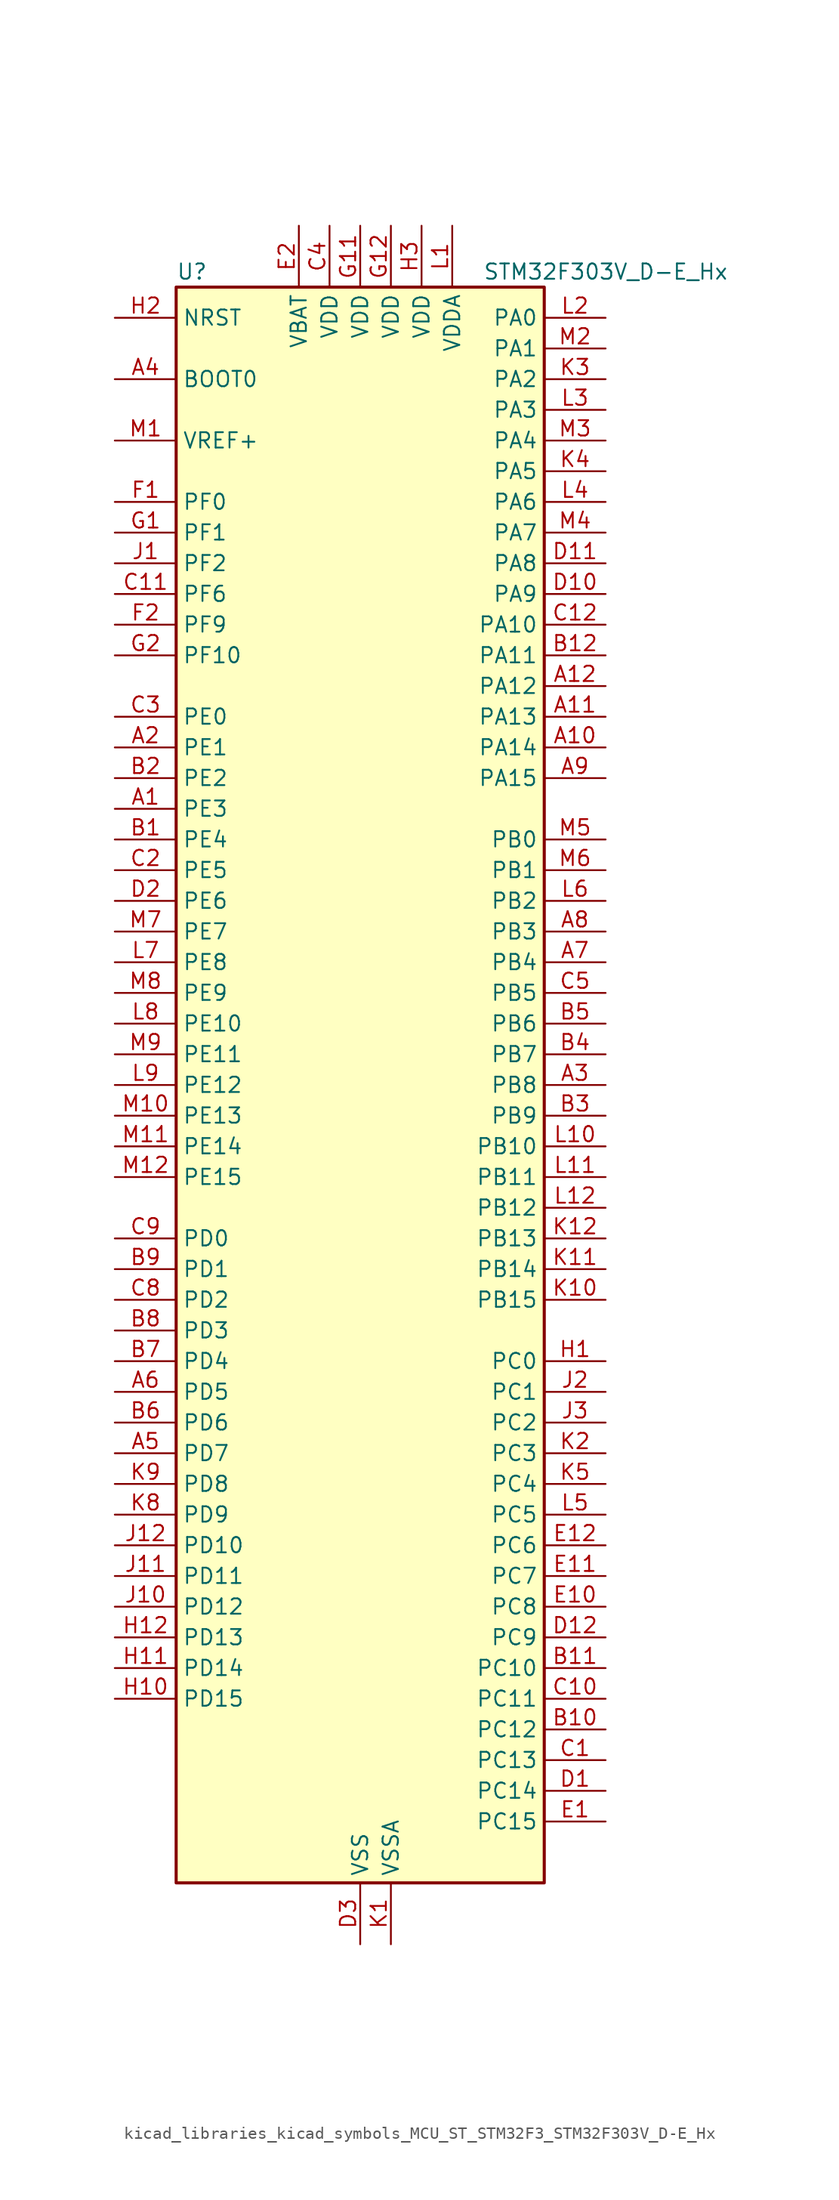
<source format=kicad_sym>
(kicad_symbol_lib
  (version 20220914)
  (generator kicad_symbol_editor)
  (symbol "kicad_libraries_kicad_symbols_MCU_ST_STM32F3_STM32F303V_D-E_Hx"
    (property "Reference" "U"
      (at -15.24 67.31 0)
      (effects (font (size 1.27 1.27)) (justify left)))
    (property "Value" "STM32F303V_D-E_Hx"
      (at 10.16 67.31 0)
      (effects (font (size 1.27 1.27)) (justify left)))
    (property "ki_locked" ""
      (at 0 0 0)
      (effects (font (size 1.27 1.27))))
    (symbol "kicad_libraries_kicad_symbols_MCU_ST_STM32F3_STM32F303V_D-E_Hx_0_1"
      (rectangle (start -15.24 -66.04) (end 15.24 66.04) (stroke (width 0.254) (type default)) (fill (type background))))
    (symbol "kicad_libraries_kicad_symbols_MCU_ST_STM32F3_STM32F303V_D-E_Hx_1_1"
      (pin bidirectional line (at -20.32 22.86 0) (length 5.08) (name "PE3" (effects (font (size 1.27 1.27)))) (number "A1" (effects (font (size 1.27 1.27)))) (alternate "FMC_A19" bidirectional line) (alternate "SPI4_NSS" bidirectional line) (alternate "SYS_TRACED0" bidirectional line) (alternate "TIM20_CH2" bidirectional line) (alternate "TIM3_CH2" bidirectional line) (alternate "TSC_G7_IO2" bidirectional line))
      (pin bidirectional line (at 20.32 27.94 180) (length 5.08) (name "PA14" (effects (font (size 1.27 1.27)))) (number "A10" (effects (font (size 1.27 1.27)))) (alternate "I2C1_SDA" bidirectional line) (alternate "SYS_JTCK-SWCLK" bidirectional line) (alternate "TIM1_BKIN" bidirectional line) (alternate "TIM8_CH2" bidirectional line) (alternate "TSC_G4_IO4" bidirectional line) (alternate "USART2_TX" bidirectional line))
      (pin bidirectional line (at 20.32 30.48 180) (length 5.08) (name "PA13" (effects (font (size 1.27 1.27)))) (number "A11" (effects (font (size 1.27 1.27)))) (alternate "IR_OUT" bidirectional line) (alternate "SYS_JTMS-SWDIO" bidirectional line) (alternate "TIM16_CH1N" bidirectional line) (alternate "TIM4_CH3" bidirectional line) (alternate "TSC_G4_IO3" bidirectional line) (alternate "USART3_CTS" bidirectional line))
      (pin bidirectional line (at 20.32 33.02 180) (length 5.08) (name "PA12" (effects (font (size 1.27 1.27)))) (number "A12" (effects (font (size 1.27 1.27)))) (alternate "CAN_TX" bidirectional line) (alternate "COMP2_OUT" bidirectional line) (alternate "I2S_CKIN" bidirectional line) (alternate "TIM16_CH1" bidirectional line) (alternate "TIM1_CH2N" bidirectional line) (alternate "TIM1_ETR" bidirectional line) (alternate "TIM4_CH2" bidirectional line) (alternate "USART1_DE" bidirectional line) (alternate "USART1_RTS" bidirectional line) (alternate "USB_DP" bidirectional line))
      (pin bidirectional line (at -20.32 27.94 0) (length 5.08) (name "PE1" (effects (font (size 1.27 1.27)))) (number "A2" (effects (font (size 1.27 1.27)))) (alternate "FMC_NBL1" bidirectional line) (alternate "TIM17_CH1" bidirectional line) (alternate "TIM20_CH4" bidirectional line) (alternate "USART1_RX" bidirectional line))
      (pin bidirectional line (at 20.32 0 180) (length 5.08) (name "PB8" (effects (font (size 1.27 1.27)))) (number "A3" (effects (font (size 1.27 1.27)))) (alternate "CAN_RX" bidirectional line) (alternate "COMP1_OUT" bidirectional line) (alternate "I2C1_SCL" bidirectional line) (alternate "TIM16_CH1" bidirectional line) (alternate "TIM1_BKIN" bidirectional line) (alternate "TIM4_CH3" bidirectional line) (alternate "TIM8_CH2" bidirectional line) (alternate "TSC_SYNC" bidirectional line) (alternate "USART3_RX" bidirectional line))
      (pin input line (at -20.32 58.42 0) (length 5.08) (name "BOOT0" (effects (font (size 1.27 1.27)))) (number "A4" (effects (font (size 1.27 1.27)))))
      (pin bidirectional line (at -20.32 -30.48 0) (length 5.08) (name "PD7" (effects (font (size 1.27 1.27)))) (number "A5" (effects (font (size 1.27 1.27)))) (alternate "FMC_NCE2" bidirectional line) (alternate "FMC_NE1" bidirectional line) (alternate "TIM2_CH3" bidirectional line) (alternate "USART2_CK" bidirectional line))
      (pin bidirectional line (at -20.32 -25.4 0) (length 5.08) (name "PD5" (effects (font (size 1.27 1.27)))) (number "A6" (effects (font (size 1.27 1.27)))) (alternate "FMC_NWE" bidirectional line) (alternate "USART2_TX" bidirectional line))
      (pin bidirectional line (at 20.32 10.16 180) (length 5.08) (name "PB4" (effects (font (size 1.27 1.27)))) (number "A7" (effects (font (size 1.27 1.27)))) (alternate "I2S3_ext_SD" bidirectional line) (alternate "SPI1_MISO" bidirectional line) (alternate "SPI3_MISO" bidirectional line) (alternate "SYS_NJTRST" bidirectional line) (alternate "TIM16_CH1" bidirectional line) (alternate "TIM17_BKIN" bidirectional line) (alternate "TIM3_CH1" bidirectional line) (alternate "TIM8_CH2N" bidirectional line) (alternate "TSC_G5_IO2" bidirectional line) (alternate "USART2_RX" bidirectional line))
      (pin bidirectional line (at 20.32 12.7 180) (length 5.08) (name "PB3" (effects (font (size 1.27 1.27)))) (number "A8" (effects (font (size 1.27 1.27)))) (alternate "I2S3_CK" bidirectional line) (alternate "SPI1_SCK" bidirectional line) (alternate "SPI3_SCK" bidirectional line) (alternate "SYS_JTDO-TRACESWO" bidirectional line) (alternate "TIM2_CH2" bidirectional line) (alternate "TIM3_ETR" bidirectional line) (alternate "TIM4_ETR" bidirectional line) (alternate "TIM8_CH1N" bidirectional line) (alternate "TSC_G5_IO1" bidirectional line) (alternate "USART2_TX" bidirectional line))
      (pin bidirectional line (at 20.32 25.4 180) (length 5.08) (name "PA15" (effects (font (size 1.27 1.27)))) (number "A9" (effects (font (size 1.27 1.27)))) (alternate "ADC1_EXTI15" bidirectional line) (alternate "ADC2_EXTI15" bidirectional line) (alternate "ADC3_EXTI15" bidirectional line) (alternate "ADC4_EXTI15" bidirectional line) (alternate "I2C1_SCL" bidirectional line) (alternate "I2S3_WS" bidirectional line) (alternate "SPI1_NSS" bidirectional line) (alternate "SPI3_NSS" bidirectional line) (alternate "SYS_JTDI" bidirectional line) (alternate "TIM1_BKIN" bidirectional line) (alternate "TIM2_CH1" bidirectional line) (alternate "TIM2_ETR" bidirectional line) (alternate "TIM8_CH1" bidirectional line) (alternate "TSC_SYNC" bidirectional line) (alternate "USART2_RX" bidirectional line))
      (pin bidirectional line (at -20.32 20.32 0) (length 5.08) (name "PE4" (effects (font (size 1.27 1.27)))) (number "B1" (effects (font (size 1.27 1.27)))) (alternate "FMC_A20" bidirectional line) (alternate "SPI4_NSS" bidirectional line) (alternate "SYS_TRACED1" bidirectional line) (alternate "TIM20_CH1N" bidirectional line) (alternate "TIM3_CH3" bidirectional line) (alternate "TSC_G7_IO3" bidirectional line))
      (pin bidirectional line (at 20.32 -53.34 180) (length 5.08) (name "PC12" (effects (font (size 1.27 1.27)))) (number "B10" (effects (font (size 1.27 1.27)))) (alternate "I2S3_SD" bidirectional line) (alternate "SPI3_MOSI" bidirectional line) (alternate "TIM8_CH3N" bidirectional line) (alternate "UART5_TX" bidirectional line) (alternate "USART3_CK" bidirectional line))
      (pin bidirectional line (at 20.32 -48.26 180) (length 5.08) (name "PC10" (effects (font (size 1.27 1.27)))) (number "B11" (effects (font (size 1.27 1.27)))) (alternate "I2S3_CK" bidirectional line) (alternate "SPI3_SCK" bidirectional line) (alternate "TIM8_CH1N" bidirectional line) (alternate "UART4_TX" bidirectional line) (alternate "USART3_TX" bidirectional line))
      (pin bidirectional line (at 20.32 35.56 180) (length 5.08) (name "PA11" (effects (font (size 1.27 1.27)))) (number "B12" (effects (font (size 1.27 1.27)))) (alternate "ADC1_EXTI11" bidirectional line) (alternate "ADC2_EXTI11" bidirectional line) (alternate "CAN_RX" bidirectional line) (alternate "COMP1_OUT" bidirectional line) (alternate "I2S2_SD" bidirectional line) (alternate "SPI2_MOSI" bidirectional line) (alternate "TIM1_BKIN2" bidirectional line) (alternate "TIM1_CH1N" bidirectional line) (alternate "TIM1_CH4" bidirectional line) (alternate "TIM4_CH1" bidirectional line) (alternate "USART1_CTS" bidirectional line) (alternate "USB_DM" bidirectional line))
      (pin bidirectional line (at -20.32 25.4 0) (length 5.08) (name "PE2" (effects (font (size 1.27 1.27)))) (number "B2" (effects (font (size 1.27 1.27)))) (alternate "ADC3_EXTI2" bidirectional line) (alternate "ADC4_EXTI2" bidirectional line) (alternate "FMC_A23" bidirectional line) (alternate "SPI4_SCK" bidirectional line) (alternate "SYS_TRACECK" bidirectional line) (alternate "TIM20_CH1" bidirectional line) (alternate "TIM3_CH1" bidirectional line) (alternate "TSC_G7_IO1" bidirectional line))
      (pin bidirectional line (at 20.32 -2.54 180) (length 5.08) (name "PB9" (effects (font (size 1.27 1.27)))) (number "B3" (effects (font (size 1.27 1.27)))) (alternate "CAN_TX" bidirectional line) (alternate "COMP2_OUT" bidirectional line) (alternate "DAC1_EXTI9" bidirectional line) (alternate "I2C1_SDA" bidirectional line) (alternate "IR_OUT" bidirectional line) (alternate "TIM17_CH1" bidirectional line) (alternate "TIM4_CH4" bidirectional line) (alternate "TIM8_CH3" bidirectional line) (alternate "USART3_TX" bidirectional line))
      (pin bidirectional line (at 20.32 2.54 180) (length 5.08) (name "PB7" (effects (font (size 1.27 1.27)))) (number "B4" (effects (font (size 1.27 1.27)))) (alternate "FMC_NL" bidirectional line) (alternate "I2C1_SDA" bidirectional line) (alternate "TIM17_CH1N" bidirectional line) (alternate "TIM3_CH4" bidirectional line) (alternate "TIM4_CH2" bidirectional line) (alternate "TIM8_BKIN" bidirectional line) (alternate "TSC_G5_IO4" bidirectional line) (alternate "USART1_RX" bidirectional line))
      (pin bidirectional line (at 20.32 5.08 180) (length 5.08) (name "PB6" (effects (font (size 1.27 1.27)))) (number "B5" (effects (font (size 1.27 1.27)))) (alternate "I2C1_SCL" bidirectional line) (alternate "TIM16_CH1N" bidirectional line) (alternate "TIM4_CH1" bidirectional line) (alternate "TIM8_BKIN2" bidirectional line) (alternate "TIM8_CH1" bidirectional line) (alternate "TIM8_ETR" bidirectional line) (alternate "TSC_G5_IO3" bidirectional line) (alternate "USART1_TX" bidirectional line))
      (pin bidirectional line (at -20.32 -27.94 0) (length 5.08) (name "PD6" (effects (font (size 1.27 1.27)))) (number "B6" (effects (font (size 1.27 1.27)))) (alternate "FMC_NWAIT" bidirectional line) (alternate "TIM2_CH4" bidirectional line) (alternate "USART2_RX" bidirectional line))
      (pin bidirectional line (at -20.32 -22.86 0) (length 5.08) (name "PD4" (effects (font (size 1.27 1.27)))) (number "B7" (effects (font (size 1.27 1.27)))) (alternate "FMC_NOE" bidirectional line) (alternate "TIM2_CH2" bidirectional line) (alternate "USART2_DE" bidirectional line) (alternate "USART2_RTS" bidirectional line))
      (pin bidirectional line (at -20.32 -20.32 0) (length 5.08) (name "PD3" (effects (font (size 1.27 1.27)))) (number "B8" (effects (font (size 1.27 1.27)))) (alternate "FMC_CLK" bidirectional line) (alternate "TIM2_CH1" bidirectional line) (alternate "TIM2_ETR" bidirectional line) (alternate "USART2_CTS" bidirectional line))
      (pin bidirectional line (at -20.32 -15.24 0) (length 5.08) (name "PD1" (effects (font (size 1.27 1.27)))) (number "B9" (effects (font (size 1.27 1.27)))) (alternate "CAN_TX" bidirectional line) (alternate "FMC_D3" bidirectional line) (alternate "FMC_DA3" bidirectional line) (alternate "TIM8_BKIN2" bidirectional line) (alternate "TIM8_CH4" bidirectional line))
      (pin bidirectional line (at 20.32 -55.88 180) (length 5.08) (name "PC13" (effects (font (size 1.27 1.27)))) (number "C1" (effects (font (size 1.27 1.27)))) (alternate "RTC_OUT_ALARM" bidirectional line) (alternate "RTC_OUT_CALIB" bidirectional line) (alternate "RTC_TAMP1" bidirectional line) (alternate "RTC_TS" bidirectional line) (alternate "SYS_WKUP2" bidirectional line) (alternate "TIM1_CH1N" bidirectional line))
      (pin bidirectional line (at 20.32 -50.8 180) (length 5.08) (name "PC11" (effects (font (size 1.27 1.27)))) (number "C10" (effects (font (size 1.27 1.27)))) (alternate "ADC1_EXTI11" bidirectional line) (alternate "ADC2_EXTI11" bidirectional line) (alternate "I2S3_ext_SD" bidirectional line) (alternate "SPI3_MISO" bidirectional line) (alternate "TIM8_CH2N" bidirectional line) (alternate "UART4_RX" bidirectional line) (alternate "USART3_RX" bidirectional line))
      (pin bidirectional line (at -20.32 40.64 0) (length 5.08) (name "PF6" (effects (font (size 1.27 1.27)))) (number "C11" (effects (font (size 1.27 1.27)))) (alternate "FMC_NIORD" bidirectional line) (alternate "I2C2_SCL" bidirectional line) (alternate "TIM4_CH4" bidirectional line) (alternate "USART3_DE" bidirectional line) (alternate "USART3_RTS" bidirectional line))
      (pin bidirectional line (at 20.32 38.1 180) (length 5.08) (name "PA10" (effects (font (size 1.27 1.27)))) (number "C12" (effects (font (size 1.27 1.27)))) (alternate "COMP6_OUT" bidirectional line) (alternate "I2C2_SDA" bidirectional line) (alternate "I2S2_ext_SD" bidirectional line) (alternate "SPI2_MISO" bidirectional line) (alternate "TIM17_BKIN" bidirectional line) (alternate "TIM1_CH3" bidirectional line) (alternate "TIM2_CH4" bidirectional line) (alternate "TIM8_BKIN" bidirectional line) (alternate "TSC_G4_IO2" bidirectional line) (alternate "USART1_RX" bidirectional line))
      (pin bidirectional line (at -20.32 17.78 0) (length 5.08) (name "PE5" (effects (font (size 1.27 1.27)))) (number "C2" (effects (font (size 1.27 1.27)))) (alternate "FMC_A21" bidirectional line) (alternate "SPI4_MISO" bidirectional line) (alternate "SYS_TRACED2" bidirectional line) (alternate "TIM20_CH2N" bidirectional line) (alternate "TIM3_CH4" bidirectional line) (alternate "TSC_G7_IO4" bidirectional line))
      (pin bidirectional line (at -20.32 30.48 0) (length 5.08) (name "PE0" (effects (font (size 1.27 1.27)))) (number "C3" (effects (font (size 1.27 1.27)))) (alternate "FMC_NBL0" bidirectional line) (alternate "TIM16_CH1" bidirectional line) (alternate "TIM20_ETR" bidirectional line) (alternate "TIM4_ETR" bidirectional line) (alternate "USART1_TX" bidirectional line))
      (pin power_in line (at -2.54 71.12 270) (length 5.08) (name "VDD" (effects (font (size 1.27 1.27)))) (number "C4" (effects (font (size 1.27 1.27)))))
      (pin bidirectional line (at 20.32 7.62 180) (length 5.08) (name "PB5" (effects (font (size 1.27 1.27)))) (number "C5" (effects (font (size 1.27 1.27)))) (alternate "I2C1_SMBA" bidirectional line) (alternate "I2C3_SDA" bidirectional line) (alternate "I2S3_SD" bidirectional line) (alternate "SPI1_MOSI" bidirectional line) (alternate "SPI3_MOSI" bidirectional line) (alternate "TIM16_BKIN" bidirectional line) (alternate "TIM17_CH1" bidirectional line) (alternate "TIM3_CH2" bidirectional line) (alternate "TIM8_CH3N" bidirectional line) (alternate "USART2_CK" bidirectional line))
      (pin bidirectional line (at -20.32 -17.78 0) (length 5.08) (name "PD2" (effects (font (size 1.27 1.27)))) (number "C8" (effects (font (size 1.27 1.27)))) (alternate "ADC3_EXTI2" bidirectional line) (alternate "ADC4_EXTI2" bidirectional line) (alternate "TIM3_ETR" bidirectional line) (alternate "TIM8_BKIN" bidirectional line) (alternate "UART5_RX" bidirectional line))
      (pin bidirectional line (at -20.32 -12.7 0) (length 5.08) (name "PD0" (effects (font (size 1.27 1.27)))) (number "C9" (effects (font (size 1.27 1.27)))) (alternate "CAN_RX" bidirectional line) (alternate "FMC_D2" bidirectional line) (alternate "FMC_DA2" bidirectional line))
      (pin bidirectional line (at 20.32 -58.42 180) (length 5.08) (name "PC14" (effects (font (size 1.27 1.27)))) (number "D1" (effects (font (size 1.27 1.27)))) (alternate "RCC_OSC32_IN" bidirectional line))
      (pin bidirectional line (at 20.32 40.64 180) (length 5.08) (name "PA9" (effects (font (size 1.27 1.27)))) (number "D10" (effects (font (size 1.27 1.27)))) (alternate "COMP5_OUT" bidirectional line) (alternate "DAC1_EXTI9" bidirectional line) (alternate "I2C2_SCL" bidirectional line) (alternate "I2C3_SMBA" bidirectional line) (alternate "I2S3_MCK" bidirectional line) (alternate "TIM15_BKIN" bidirectional line) (alternate "TIM1_CH2" bidirectional line) (alternate "TIM2_CH3" bidirectional line) (alternate "TSC_G4_IO1" bidirectional line) (alternate "USART1_TX" bidirectional line))
      (pin bidirectional line (at 20.32 43.18 180) (length 5.08) (name "PA8" (effects (font (size 1.27 1.27)))) (number "D11" (effects (font (size 1.27 1.27)))) (alternate "COMP3_OUT" bidirectional line) (alternate "I2C2_SMBA" bidirectional line) (alternate "I2C3_SCL" bidirectional line) (alternate "I2S2_MCK" bidirectional line) (alternate "RCC_MCO" bidirectional line) (alternate "TIM1_CH1" bidirectional line) (alternate "TIM4_ETR" bidirectional line) (alternate "USART1_CK" bidirectional line))
      (pin bidirectional line (at 20.32 -45.72 180) (length 5.08) (name "PC9" (effects (font (size 1.27 1.27)))) (number "D12" (effects (font (size 1.27 1.27)))) (alternate "DAC1_EXTI9" bidirectional line) (alternate "I2C3_SDA" bidirectional line) (alternate "I2S_CKIN" bidirectional line) (alternate "TIM3_CH4" bidirectional line) (alternate "TIM8_BKIN2" bidirectional line) (alternate "TIM8_CH4" bidirectional line))
      (pin bidirectional line (at -20.32 15.24 0) (length 5.08) (name "PE6" (effects (font (size 1.27 1.27)))) (number "D2" (effects (font (size 1.27 1.27)))) (alternate "FMC_A22" bidirectional line) (alternate "RTC_TAMP3" bidirectional line) (alternate "SPI4_MOSI" bidirectional line) (alternate "SYS_TRACED3" bidirectional line) (alternate "SYS_WKUP3" bidirectional line) (alternate "TIM20_CH3N" bidirectional line))
      (pin power_in line (at 0 -71.12 90) (length 5.08) (name "VSS" (effects (font (size 1.27 1.27)))) (number "D3" (effects (font (size 1.27 1.27)))))
      (pin bidirectional line (at 20.32 -60.96 180) (length 5.08) (name "PC15" (effects (font (size 1.27 1.27)))) (number "E1" (effects (font (size 1.27 1.27)))) (alternate "ADC1_EXTI15" bidirectional line) (alternate "ADC2_EXTI15" bidirectional line) (alternate "ADC3_EXTI15" bidirectional line) (alternate "ADC4_EXTI15" bidirectional line) (alternate "RCC_OSC32_OUT" bidirectional line))
      (pin bidirectional line (at 20.32 -43.18 180) (length 5.08) (name "PC8" (effects (font (size 1.27 1.27)))) (number "E10" (effects (font (size 1.27 1.27)))) (alternate "COMP3_OUT" bidirectional line) (alternate "TIM3_CH3" bidirectional line) (alternate "TIM8_CH3" bidirectional line))
      (pin bidirectional line (at 20.32 -40.64 180) (length 5.08) (name "PC7" (effects (font (size 1.27 1.27)))) (number "E11" (effects (font (size 1.27 1.27)))) (alternate "COMP5_OUT" bidirectional line) (alternate "I2S3_MCK" bidirectional line) (alternate "TIM3_CH2" bidirectional line) (alternate "TIM8_CH2" bidirectional line))
      (pin bidirectional line (at 20.32 -38.1 180) (length 5.08) (name "PC6" (effects (font (size 1.27 1.27)))) (number "E12" (effects (font (size 1.27 1.27)))) (alternate "COMP6_OUT" bidirectional line) (alternate "I2S2_MCK" bidirectional line) (alternate "TIM3_CH1" bidirectional line) (alternate "TIM8_CH1" bidirectional line))
      (pin power_in line (at -5.08 71.12 270) (length 5.08) (name "VBAT" (effects (font (size 1.27 1.27)))) (number "E2" (effects (font (size 1.27 1.27)))))
      (pin passive line (at 0 -71.12 90) (length 5.08) hide (name "VSS" (effects (font (size 1.27 1.27)))) (number "E3" (effects (font (size 1.27 1.27)))))
      (pin bidirectional line (at -20.32 48.26 0) (length 5.08) (name "PF0" (effects (font (size 1.27 1.27)))) (number "F1" (effects (font (size 1.27 1.27)))) (alternate "I2C2_SDA" bidirectional line) (alternate "I2S2_WS" bidirectional line) (alternate "RCC_OSC_IN" bidirectional line) (alternate "SPI2_NSS" bidirectional line) (alternate "TIM1_CH3N" bidirectional line))
      (pin passive line (at 0 -71.12 90) (length 5.08) hide (name "VSS" (effects (font (size 1.27 1.27)))) (number "F11" (effects (font (size 1.27 1.27)))))
      (pin passive line (at 0 -71.12 90) (length 5.08) hide (name "VSS" (effects (font (size 1.27 1.27)))) (number "F12" (effects (font (size 1.27 1.27)))))
      (pin bidirectional line (at -20.32 38.1 0) (length 5.08) (name "PF9" (effects (font (size 1.27 1.27)))) (number "F2" (effects (font (size 1.27 1.27)))) (alternate "DAC1_EXTI9" bidirectional line) (alternate "FMC_CD" bidirectional line) (alternate "SPI2_SCK" bidirectional line) (alternate "TIM15_CH1" bidirectional line) (alternate "TIM20_BKIN" bidirectional line))
      (pin bidirectional line (at -20.32 45.72 0) (length 5.08) (name "PF1" (effects (font (size 1.27 1.27)))) (number "G1" (effects (font (size 1.27 1.27)))) (alternate "I2C2_SCL" bidirectional line) (alternate "I2S2_CK" bidirectional line) (alternate "RCC_OSC_OUT" bidirectional line) (alternate "SPI2_SCK" bidirectional line))
      (pin power_in line (at 0 71.12 270) (length 5.08) (name "VDD" (effects (font (size 1.27 1.27)))) (number "G11" (effects (font (size 1.27 1.27)))))
      (pin power_in line (at 2.54 71.12 270) (length 5.08) (name "VDD" (effects (font (size 1.27 1.27)))) (number "G12" (effects (font (size 1.27 1.27)))))
      (pin bidirectional line (at -20.32 35.56 0) (length 5.08) (name "PF10" (effects (font (size 1.27 1.27)))) (number "G2" (effects (font (size 1.27 1.27)))) (alternate "FMC_INTR" bidirectional line) (alternate "SPI2_SCK" bidirectional line) (alternate "TIM15_CH2" bidirectional line) (alternate "TIM20_BKIN2" bidirectional line))
      (pin bidirectional line (at 20.32 -22.86 180) (length 5.08) (name "PC0" (effects (font (size 1.27 1.27)))) (number "H1" (effects (font (size 1.27 1.27)))) (alternate "ADC1_IN6" bidirectional line) (alternate "ADC2_IN6" bidirectional line) (alternate "COMP7_INM" bidirectional line) (alternate "TIM1_CH1" bidirectional line))
      (pin bidirectional line (at -20.32 -50.8 0) (length 5.08) (name "PD15" (effects (font (size 1.27 1.27)))) (number "H10" (effects (font (size 1.27 1.27)))) (alternate "ADC1_EXTI15" bidirectional line) (alternate "ADC2_EXTI15" bidirectional line) (alternate "ADC3_EXTI15" bidirectional line) (alternate "ADC4_EXTI15" bidirectional line) (alternate "COMP3_INM" bidirectional line) (alternate "FMC_D1" bidirectional line) (alternate "FMC_DA1" bidirectional line) (alternate "SPI2_NSS" bidirectional line) (alternate "TIM4_CH4" bidirectional line) (alternate "TSC_G8_IO4" bidirectional line))
      (pin bidirectional line (at -20.32 -48.26 0) (length 5.08) (name "PD14" (effects (font (size 1.27 1.27)))) (number "H11" (effects (font (size 1.27 1.27)))) (alternate "ADC3_IN11" bidirectional line) (alternate "ADC4_IN11" bidirectional line) (alternate "FMC_D0" bidirectional line) (alternate "FMC_DA0" bidirectional line) (alternate "OPAMP2_VINP" bidirectional line) (alternate "OPAMP2_VINP_SEC" bidirectional line) (alternate "TIM4_CH3" bidirectional line) (alternate "TSC_G8_IO3" bidirectional line))
      (pin bidirectional line (at -20.32 -45.72 0) (length 5.08) (name "PD13" (effects (font (size 1.27 1.27)))) (number "H12" (effects (font (size 1.27 1.27)))) (alternate "ADC3_IN10" bidirectional line) (alternate "ADC4_IN10" bidirectional line) (alternate "COMP5_INM" bidirectional line) (alternate "FMC_A18" bidirectional line) (alternate "TIM4_CH2" bidirectional line) (alternate "TSC_G8_IO2" bidirectional line))
      (pin input line (at -20.32 63.5 0) (length 5.08) (name "NRST" (effects (font (size 1.27 1.27)))) (number "H2" (effects (font (size 1.27 1.27)))))
      (pin power_in line (at 5.08 71.12 270) (length 5.08) (name "VDD" (effects (font (size 1.27 1.27)))) (number "H3" (effects (font (size 1.27 1.27)))))
      (pin bidirectional line (at -20.32 43.18 0) (length 5.08) (name "PF2" (effects (font (size 1.27 1.27)))) (number "J1" (effects (font (size 1.27 1.27)))) (alternate "ADC1_IN10" bidirectional line) (alternate "ADC2_IN10" bidirectional line) (alternate "ADC3_EXTI2" bidirectional line) (alternate "ADC4_EXTI2" bidirectional line) (alternate "FMC_A2" bidirectional line) (alternate "TIM20_CH3" bidirectional line))
      (pin bidirectional line (at -20.32 -43.18 0) (length 5.08) (name "PD12" (effects (font (size 1.27 1.27)))) (number "J10" (effects (font (size 1.27 1.27)))) (alternate "ADC3_IN9" bidirectional line) (alternate "ADC4_IN9" bidirectional line) (alternate "FMC_A17" bidirectional line) (alternate "FMC_ALE" bidirectional line) (alternate "TIM4_CH1" bidirectional line) (alternate "TSC_G8_IO1" bidirectional line) (alternate "USART3_DE" bidirectional line) (alternate "USART3_RTS" bidirectional line))
      (pin bidirectional line (at -20.32 -40.64 0) (length 5.08) (name "PD11" (effects (font (size 1.27 1.27)))) (number "J11" (effects (font (size 1.27 1.27)))) (alternate "ADC1_EXTI11" bidirectional line) (alternate "ADC2_EXTI11" bidirectional line) (alternate "ADC3_IN8" bidirectional line) (alternate "ADC4_IN8" bidirectional line) (alternate "FMC_A16" bidirectional line) (alternate "FMC_CLE" bidirectional line) (alternate "OPAMP4_VINP" bidirectional line) (alternate "OPAMP4_VINP_SEC" bidirectional line) (alternate "USART3_CTS" bidirectional line))
      (pin bidirectional line (at -20.32 -38.1 0) (length 5.08) (name "PD10" (effects (font (size 1.27 1.27)))) (number "J12" (effects (font (size 1.27 1.27)))) (alternate "ADC3_IN7" bidirectional line) (alternate "ADC4_IN7" bidirectional line) (alternate "COMP6_INM" bidirectional line) (alternate "FMC_D15" bidirectional line) (alternate "FMC_DA15" bidirectional line) (alternate "USART3_CK" bidirectional line))
      (pin bidirectional line (at 20.32 -25.4 180) (length 5.08) (name "PC1" (effects (font (size 1.27 1.27)))) (number "J2" (effects (font (size 1.27 1.27)))) (alternate "ADC1_IN7" bidirectional line) (alternate "ADC2_IN7" bidirectional line) (alternate "COMP7_INP" bidirectional line) (alternate "TIM1_CH2" bidirectional line))
      (pin bidirectional line (at 20.32 -27.94 180) (length 5.08) (name "PC2" (effects (font (size 1.27 1.27)))) (number "J3" (effects (font (size 1.27 1.27)))) (alternate "ADC1_IN8" bidirectional line) (alternate "ADC2_IN8" bidirectional line) (alternate "ADC3_EXTI2" bidirectional line) (alternate "ADC4_EXTI2" bidirectional line) (alternate "COMP7_OUT" bidirectional line) (alternate "TIM1_CH3" bidirectional line))
      (pin power_in line (at 2.54 -71.12 90) (length 5.08) (name "VSSA" (effects (font (size 1.27 1.27)))) (number "K1" (effects (font (size 1.27 1.27)))))
      (pin bidirectional line (at 20.32 -17.78 180) (length 5.08) (name "PB15" (effects (font (size 1.27 1.27)))) (number "K10" (effects (font (size 1.27 1.27)))) (alternate "ADC1_EXTI15" bidirectional line) (alternate "ADC2_EXTI15" bidirectional line) (alternate "ADC3_EXTI15" bidirectional line) (alternate "ADC4_EXTI15" bidirectional line) (alternate "ADC4_IN5" bidirectional line) (alternate "COMP6_INM" bidirectional line) (alternate "I2S2_SD" bidirectional line) (alternate "RTC_REFIN" bidirectional line) (alternate "SPI2_MOSI" bidirectional line) (alternate "TIM15_CH1N" bidirectional line) (alternate "TIM15_CH2" bidirectional line) (alternate "TIM1_CH3N" bidirectional line))
      (pin bidirectional line (at 20.32 -15.24 180) (length 5.08) (name "PB14" (effects (font (size 1.27 1.27)))) (number "K11" (effects (font (size 1.27 1.27)))) (alternate "ADC4_IN4" bidirectional line) (alternate "COMP3_INP" bidirectional line) (alternate "I2S2_ext_SD" bidirectional line) (alternate "OPAMP2_VINP" bidirectional line) (alternate "OPAMP2_VINP_SEC" bidirectional line) (alternate "SPI2_MISO" bidirectional line) (alternate "TIM15_CH1" bidirectional line) (alternate "TIM1_CH2N" bidirectional line) (alternate "TSC_G6_IO4" bidirectional line) (alternate "USART3_DE" bidirectional line) (alternate "USART3_RTS" bidirectional line))
      (pin bidirectional line (at 20.32 -12.7 180) (length 5.08) (name "PB13" (effects (font (size 1.27 1.27)))) (number "K12" (effects (font (size 1.27 1.27)))) (alternate "ADC3_IN5" bidirectional line) (alternate "COMP5_INP" bidirectional line) (alternate "I2S2_CK" bidirectional line) (alternate "OPAMP3_VINP" bidirectional line) (alternate "OPAMP3_VINP_SEC" bidirectional line) (alternate "OPAMP4_VINP" bidirectional line) (alternate "OPAMP4_VINP_SEC" bidirectional line) (alternate "SPI2_SCK" bidirectional line) (alternate "TIM1_CH1N" bidirectional line) (alternate "TSC_G6_IO3" bidirectional line) (alternate "USART3_CTS" bidirectional line))
      (pin bidirectional line (at 20.32 -30.48 180) (length 5.08) (name "PC3" (effects (font (size 1.27 1.27)))) (number "K2" (effects (font (size 1.27 1.27)))) (alternate "ADC1_IN9" bidirectional line) (alternate "ADC2_IN9" bidirectional line) (alternate "TIM1_BKIN2" bidirectional line) (alternate "TIM1_CH4" bidirectional line))
      (pin bidirectional line (at 20.32 58.42 180) (length 5.08) (name "PA2" (effects (font (size 1.27 1.27)))) (number "K3" (effects (font (size 1.27 1.27)))) (alternate "ADC1_IN3" bidirectional line) (alternate "ADC3_EXTI2" bidirectional line) (alternate "ADC4_EXTI2" bidirectional line) (alternate "COMP2_INM" bidirectional line) (alternate "COMP2_OUT" bidirectional line) (alternate "OPAMP1_VOUT" bidirectional line) (alternate "TIM15_CH1" bidirectional line) (alternate "TIM2_CH3" bidirectional line) (alternate "TSC_G1_IO3" bidirectional line) (alternate "USART2_TX" bidirectional line))
      (pin bidirectional line (at 20.32 50.8 180) (length 5.08) (name "PA5" (effects (font (size 1.27 1.27)))) (number "K4" (effects (font (size 1.27 1.27)))) (alternate "ADC2_IN2" bidirectional line) (alternate "COMP1_INM" bidirectional line) (alternate "COMP2_INM" bidirectional line) (alternate "COMP3_INM" bidirectional line) (alternate "COMP4_INM" bidirectional line) (alternate "COMP5_INM" bidirectional line) (alternate "COMP6_INM" bidirectional line) (alternate "COMP7_INM" bidirectional line) (alternate "DAC1_OUT2" bidirectional line) (alternate "OPAMP1_VINP" bidirectional line) (alternate "OPAMP1_VINP_SEC" bidirectional line) (alternate "OPAMP2_VINM" bidirectional line) (alternate "OPAMP2_VINM_SEC" bidirectional line) (alternate "OPAMP3_VINP" bidirectional line) (alternate "OPAMP3_VINP_SEC" bidirectional line) (alternate "SPI1_SCK" bidirectional line) (alternate "TIM2_CH1" bidirectional line) (alternate "TIM2_ETR" bidirectional line) (alternate "TSC_G2_IO2" bidirectional line))
      (pin bidirectional line (at 20.32 -33.02 180) (length 5.08) (name "PC4" (effects (font (size 1.27 1.27)))) (number "K5" (effects (font (size 1.27 1.27)))) (alternate "ADC2_IN5" bidirectional line) (alternate "TIM1_ETR" bidirectional line) (alternate "USART1_TX" bidirectional line))
      (pin bidirectional line (at -20.32 -35.56 0) (length 5.08) (name "PD9" (effects (font (size 1.27 1.27)))) (number "K8" (effects (font (size 1.27 1.27)))) (alternate "ADC4_IN13" bidirectional line) (alternate "DAC1_EXTI9" bidirectional line) (alternate "FMC_D14" bidirectional line) (alternate "FMC_DA14" bidirectional line) (alternate "USART3_RX" bidirectional line))
      (pin bidirectional line (at -20.32 -33.02 0) (length 5.08) (name "PD8" (effects (font (size 1.27 1.27)))) (number "K9" (effects (font (size 1.27 1.27)))) (alternate "ADC4_IN12" bidirectional line) (alternate "FMC_D13" bidirectional line) (alternate "FMC_DA13" bidirectional line) (alternate "OPAMP4_VINM" bidirectional line) (alternate "OPAMP4_VINM_SEC" bidirectional line) (alternate "USART3_TX" bidirectional line))
      (pin power_in line (at 7.62 71.12 270) (length 5.08) (name "VDDA" (effects (font (size 1.27 1.27)))) (number "L1" (effects (font (size 1.27 1.27)))))
      (pin bidirectional line (at 20.32 -5.08 180) (length 5.08) (name "PB10" (effects (font (size 1.27 1.27)))) (number "L10" (effects (font (size 1.27 1.27)))) (alternate "COMP5_INM" bidirectional line) (alternate "OPAMP3_VINM" bidirectional line) (alternate "OPAMP3_VINM_SEC" bidirectional line) (alternate "OPAMP4_VINM" bidirectional line) (alternate "OPAMP4_VINM_SEC" bidirectional line) (alternate "TIM2_CH3" bidirectional line) (alternate "TSC_SYNC" bidirectional line) (alternate "USART3_TX" bidirectional line))
      (pin bidirectional line (at 20.32 -7.62 180) (length 5.08) (name "PB11" (effects (font (size 1.27 1.27)))) (number "L11" (effects (font (size 1.27 1.27)))) (alternate "ADC1_EXTI11" bidirectional line) (alternate "ADC1_IN14" bidirectional line) (alternate "ADC2_EXTI11" bidirectional line) (alternate "ADC2_IN14" bidirectional line) (alternate "COMP6_INP" bidirectional line) (alternate "OPAMP4_VINP" bidirectional line) (alternate "OPAMP4_VINP_SEC" bidirectional line) (alternate "TIM2_CH4" bidirectional line) (alternate "TSC_G6_IO1" bidirectional line) (alternate "USART3_RX" bidirectional line))
      (pin bidirectional line (at 20.32 -10.16 180) (length 5.08) (name "PB12" (effects (font (size 1.27 1.27)))) (number "L12" (effects (font (size 1.27 1.27)))) (alternate "ADC4_IN3" bidirectional line) (alternate "COMP3_INM" bidirectional line) (alternate "I2C2_SMBA" bidirectional line) (alternate "I2S2_WS" bidirectional line) (alternate "OPAMP4_VOUT" bidirectional line) (alternate "SPI2_NSS" bidirectional line) (alternate "TIM1_BKIN" bidirectional line) (alternate "TSC_G6_IO2" bidirectional line) (alternate "USART3_CK" bidirectional line))
      (pin bidirectional line (at 20.32 63.5 180) (length 5.08) (name "PA0" (effects (font (size 1.27 1.27)))) (number "L2" (effects (font (size 1.27 1.27)))) (alternate "ADC1_IN1" bidirectional line) (alternate "COMP1_INM" bidirectional line) (alternate "COMP1_OUT" bidirectional line) (alternate "RTC_TAMP2" bidirectional line) (alternate "SYS_WKUP1" bidirectional line) (alternate "TIM2_CH1" bidirectional line) (alternate "TIM2_ETR" bidirectional line) (alternate "TIM8_BKIN" bidirectional line) (alternate "TIM8_ETR" bidirectional line) (alternate "TSC_G1_IO1" bidirectional line) (alternate "USART2_CTS" bidirectional line))
      (pin bidirectional line (at 20.32 55.88 180) (length 5.08) (name "PA3" (effects (font (size 1.27 1.27)))) (number "L3" (effects (font (size 1.27 1.27)))) (alternate "ADC1_IN4" bidirectional line) (alternate "OPAMP1_VINM" bidirectional line) (alternate "OPAMP1_VINM_SEC" bidirectional line) (alternate "OPAMP1_VINP" bidirectional line) (alternate "OPAMP1_VINP_SEC" bidirectional line) (alternate "TIM15_CH2" bidirectional line) (alternate "TIM2_CH4" bidirectional line) (alternate "TSC_G1_IO4" bidirectional line) (alternate "USART2_RX" bidirectional line))
      (pin bidirectional line (at 20.32 48.26 180) (length 5.08) (name "PA6" (effects (font (size 1.27 1.27)))) (number "L4" (effects (font (size 1.27 1.27)))) (alternate "ADC2_IN3" bidirectional line) (alternate "COMP1_OUT" bidirectional line) (alternate "OPAMP2_VOUT" bidirectional line) (alternate "SPI1_MISO" bidirectional line) (alternate "TIM16_CH1" bidirectional line) (alternate "TIM1_BKIN" bidirectional line) (alternate "TIM3_CH1" bidirectional line) (alternate "TIM8_BKIN" bidirectional line) (alternate "TSC_G2_IO3" bidirectional line))
      (pin bidirectional line (at 20.32 -35.56 180) (length 5.08) (name "PC5" (effects (font (size 1.27 1.27)))) (number "L5" (effects (font (size 1.27 1.27)))) (alternate "ADC2_IN11" bidirectional line) (alternate "OPAMP1_VINM" bidirectional line) (alternate "OPAMP1_VINM_SEC" bidirectional line) (alternate "OPAMP2_VINM" bidirectional line) (alternate "OPAMP2_VINM_SEC" bidirectional line) (alternate "TIM15_BKIN" bidirectional line) (alternate "TSC_G3_IO1" bidirectional line) (alternate "USART1_RX" bidirectional line))
      (pin bidirectional line (at 20.32 15.24 180) (length 5.08) (name "PB2" (effects (font (size 1.27 1.27)))) (number "L6" (effects (font (size 1.27 1.27)))) (alternate "ADC2_IN12" bidirectional line) (alternate "ADC3_EXTI2" bidirectional line) (alternate "ADC4_EXTI2" bidirectional line) (alternate "COMP4_INM" bidirectional line) (alternate "OPAMP3_VINM" bidirectional line) (alternate "OPAMP3_VINM_SEC" bidirectional line) (alternate "TSC_G3_IO4" bidirectional line))
      (pin bidirectional line (at -20.32 10.16 0) (length 5.08) (name "PE8" (effects (font (size 1.27 1.27)))) (number "L7" (effects (font (size 1.27 1.27)))) (alternate "ADC3_IN6" bidirectional line) (alternate "ADC4_IN6" bidirectional line) (alternate "COMP4_INM" bidirectional line) (alternate "FMC_D5" bidirectional line) (alternate "FMC_DA5" bidirectional line) (alternate "TIM1_CH1N" bidirectional line))
      (pin bidirectional line (at -20.32 5.08 0) (length 5.08) (name "PE10" (effects (font (size 1.27 1.27)))) (number "L8" (effects (font (size 1.27 1.27)))) (alternate "ADC3_IN14" bidirectional line) (alternate "FMC_D7" bidirectional line) (alternate "FMC_DA7" bidirectional line) (alternate "TIM1_CH2N" bidirectional line))
      (pin bidirectional line (at -20.32 0 0) (length 5.08) (name "PE12" (effects (font (size 1.27 1.27)))) (number "L9" (effects (font (size 1.27 1.27)))) (alternate "ADC3_IN16" bidirectional line) (alternate "FMC_D9" bidirectional line) (alternate "FMC_DA9" bidirectional line) (alternate "SPI4_SCK" bidirectional line) (alternate "TIM1_CH3N" bidirectional line))
      (pin input line (at -20.32 53.34 0) (length 5.08) (name "VREF+" (effects (font (size 1.27 1.27)))) (number "M1" (effects (font (size 1.27 1.27)))))
      (pin bidirectional line (at -20.32 -2.54 0) (length 5.08) (name "PE13" (effects (font (size 1.27 1.27)))) (number "M10" (effects (font (size 1.27 1.27)))) (alternate "ADC3_IN3" bidirectional line) (alternate "FMC_D10" bidirectional line) (alternate "FMC_DA10" bidirectional line) (alternate "SPI4_MISO" bidirectional line) (alternate "TIM1_CH3" bidirectional line))
      (pin bidirectional line (at -20.32 -5.08 0) (length 5.08) (name "PE14" (effects (font (size 1.27 1.27)))) (number "M11" (effects (font (size 1.27 1.27)))) (alternate "ADC4_IN1" bidirectional line) (alternate "FMC_D11" bidirectional line) (alternate "FMC_DA11" bidirectional line) (alternate "SPI4_MOSI" bidirectional line) (alternate "TIM1_BKIN2" bidirectional line) (alternate "TIM1_CH4" bidirectional line))
      (pin bidirectional line (at -20.32 -7.62 0) (length 5.08) (name "PE15" (effects (font (size 1.27 1.27)))) (number "M12" (effects (font (size 1.27 1.27)))) (alternate "ADC1_EXTI15" bidirectional line) (alternate "ADC2_EXTI15" bidirectional line) (alternate "ADC3_EXTI15" bidirectional line) (alternate "ADC4_EXTI15" bidirectional line) (alternate "ADC4_IN2" bidirectional line) (alternate "FMC_D12" bidirectional line) (alternate "FMC_DA12" bidirectional line) (alternate "TIM1_BKIN" bidirectional line) (alternate "USART3_RX" bidirectional line))
      (pin bidirectional line (at 20.32 60.96 180) (length 5.08) (name "PA1" (effects (font (size 1.27 1.27)))) (number "M2" (effects (font (size 1.27 1.27)))) (alternate "ADC1_IN2" bidirectional line) (alternate "COMP1_INP" bidirectional line) (alternate "OPAMP1_VINP" bidirectional line) (alternate "OPAMP1_VINP_SEC" bidirectional line) (alternate "OPAMP3_VINP" bidirectional line) (alternate "OPAMP3_VINP_SEC" bidirectional line) (alternate "RTC_REFIN" bidirectional line) (alternate "TIM15_CH1N" bidirectional line) (alternate "TIM2_CH2" bidirectional line) (alternate "TSC_G1_IO2" bidirectional line) (alternate "USART2_DE" bidirectional line) (alternate "USART2_RTS" bidirectional line))
      (pin bidirectional line (at 20.32 53.34 180) (length 5.08) (name "PA4" (effects (font (size 1.27 1.27)))) (number "M3" (effects (font (size 1.27 1.27)))) (alternate "ADC2_IN1" bidirectional line) (alternate "COMP1_INM" bidirectional line) (alternate "COMP2_INM" bidirectional line) (alternate "COMP3_INM" bidirectional line) (alternate "COMP4_INM" bidirectional line) (alternate "COMP5_INM" bidirectional line) (alternate "COMP6_INM" bidirectional line) (alternate "COMP7_INM" bidirectional line) (alternate "DAC1_OUT1" bidirectional line) (alternate "I2S3_WS" bidirectional line) (alternate "OPAMP4_VINP" bidirectional line) (alternate "OPAMP4_VINP_SEC" bidirectional line) (alternate "SPI1_NSS" bidirectional line) (alternate "SPI3_NSS" bidirectional line) (alternate "TIM3_CH2" bidirectional line) (alternate "TSC_G2_IO1" bidirectional line) (alternate "USART2_CK" bidirectional line))
      (pin bidirectional line (at 20.32 45.72 180) (length 5.08) (name "PA7" (effects (font (size 1.27 1.27)))) (number "M4" (effects (font (size 1.27 1.27)))) (alternate "ADC2_IN4" bidirectional line) (alternate "COMP2_INP" bidirectional line) (alternate "OPAMP1_VINP" bidirectional line) (alternate "OPAMP1_VINP_SEC" bidirectional line) (alternate "OPAMP2_VINP" bidirectional line) (alternate "OPAMP2_VINP_SEC" bidirectional line) (alternate "SPI1_MOSI" bidirectional line) (alternate "TIM17_CH1" bidirectional line) (alternate "TIM1_CH1N" bidirectional line) (alternate "TIM3_CH2" bidirectional line) (alternate "TIM8_CH1N" bidirectional line) (alternate "TSC_G2_IO4" bidirectional line))
      (pin bidirectional line (at 20.32 20.32 180) (length 5.08) (name "PB0" (effects (font (size 1.27 1.27)))) (number "M5" (effects (font (size 1.27 1.27)))) (alternate "ADC3_IN12" bidirectional line) (alternate "COMP4_INP" bidirectional line) (alternate "OPAMP2_VINP" bidirectional line) (alternate "OPAMP2_VINP_SEC" bidirectional line) (alternate "OPAMP3_VINP" bidirectional line) (alternate "OPAMP3_VINP_SEC" bidirectional line) (alternate "TIM1_CH2N" bidirectional line) (alternate "TIM3_CH3" bidirectional line) (alternate "TIM8_CH2N" bidirectional line) (alternate "TSC_G3_IO2" bidirectional line))
      (pin bidirectional line (at 20.32 17.78 180) (length 5.08) (name "PB1" (effects (font (size 1.27 1.27)))) (number "M6" (effects (font (size 1.27 1.27)))) (alternate "ADC3_IN1" bidirectional line) (alternate "COMP4_OUT" bidirectional line) (alternate "OPAMP3_VOUT" bidirectional line) (alternate "TIM1_CH3N" bidirectional line) (alternate "TIM3_CH4" bidirectional line) (alternate "TIM8_CH3N" bidirectional line) (alternate "TSC_G3_IO3" bidirectional line))
      (pin bidirectional line (at -20.32 12.7 0) (length 5.08) (name "PE7" (effects (font (size 1.27 1.27)))) (number "M7" (effects (font (size 1.27 1.27)))) (alternate "ADC3_IN13" bidirectional line) (alternate "FMC_D4" bidirectional line) (alternate "FMC_DA4" bidirectional line) (alternate "TIM1_ETR" bidirectional line))
      (pin bidirectional line (at -20.32 7.62 0) (length 5.08) (name "PE9" (effects (font (size 1.27 1.27)))) (number "M8" (effects (font (size 1.27 1.27)))) (alternate "ADC3_IN2" bidirectional line) (alternate "DAC1_EXTI9" bidirectional line) (alternate "FMC_D6" bidirectional line) (alternate "FMC_DA6" bidirectional line) (alternate "TIM1_CH1" bidirectional line))
      (pin bidirectional line (at -20.32 2.54 0) (length 5.08) (name "PE11" (effects (font (size 1.27 1.27)))) (number "M9" (effects (font (size 1.27 1.27)))) (alternate "ADC1_EXTI11" bidirectional line) (alternate "ADC2_EXTI11" bidirectional line) (alternate "ADC3_IN15" bidirectional line) (alternate "FMC_D8" bidirectional line) (alternate "FMC_DA8" bidirectional line) (alternate "SPI4_NSS" bidirectional line) (alternate "TIM1_CH2" bidirectional line)))))
</source>
